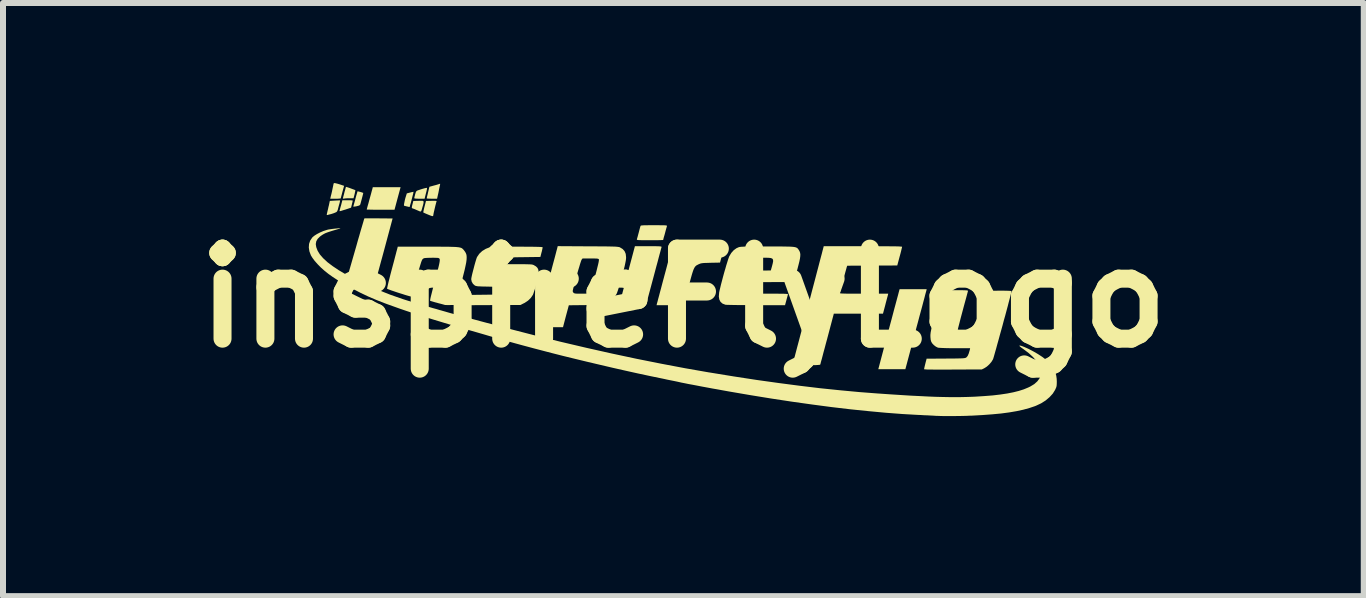
<source format=kicad_pcb>
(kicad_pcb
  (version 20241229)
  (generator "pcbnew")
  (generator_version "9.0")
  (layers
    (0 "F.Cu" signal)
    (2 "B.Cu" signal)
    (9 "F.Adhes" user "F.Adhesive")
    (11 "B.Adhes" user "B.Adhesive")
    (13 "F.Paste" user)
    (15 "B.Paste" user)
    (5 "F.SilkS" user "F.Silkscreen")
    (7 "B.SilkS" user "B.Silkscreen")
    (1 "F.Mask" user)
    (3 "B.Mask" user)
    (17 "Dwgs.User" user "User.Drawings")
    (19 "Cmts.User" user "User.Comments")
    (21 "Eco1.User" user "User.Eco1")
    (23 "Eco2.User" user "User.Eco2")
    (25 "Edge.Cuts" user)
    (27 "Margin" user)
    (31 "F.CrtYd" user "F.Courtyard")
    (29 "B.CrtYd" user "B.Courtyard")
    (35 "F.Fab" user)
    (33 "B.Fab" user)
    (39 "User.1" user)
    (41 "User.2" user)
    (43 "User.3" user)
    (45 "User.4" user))
  (footprint "inspireFlyLogo"
    (layer "F.Cu")
    (at 8.336 1.914)
    (property "Reference" "inspireFlyLogo" (at 0 0 0) (layer "F.SilkS") (effects (font (size 1.5 1.5) (thickness 0.3))))
    (attr board_only exclude_from_pos_files exclude_from_bom)
    (fp_poly (pts (xy -5.56 -1.628) (xy -5.531 -1.626) (xy -5.513 -1.624) (xy -5.509 -1.622) (xy -5.511 -1.611) (xy -5.516 -1.589) (xy -5.523 -1.56) (xy -5.523 -1.56) (xy -5.537 -1.504) (xy -5.627 -1.474) (xy -5.664 -1.463) (xy -5.695 -1.453) (xy -5.717 -1.447) (xy -5.725 -1.445) (xy -5.729 -1.452) (xy -5.725 -1.468) (xy -5.72 -1.487) (xy -5.712 -1.516) (xy -5.702 -1.55) (xy -5.7 -1.559) (xy -5.682 -1.628) (xy -5.595 -1.628)) (stroke (width 0) (type solid)) (fill yes) (layer "F.SilkS"))
    (fp_poly (pts (xy -4.763 -1.657) (xy -4.813 -1.47) (xy -5.044 -1.47) (xy -5.105 -1.47) (xy -5.159 -1.47) (xy -5.205 -1.471) (xy -5.242 -1.472) (xy -5.266 -1.472) (xy -5.276 -1.473) (xy -5.276 -1.474) (xy -5.274 -1.482) (xy -5.268 -1.505) (xy -5.259 -1.538) (xy -5.247 -1.579) (xy -5.235 -1.625) (xy -5.221 -1.675) (xy -5.208 -1.722) (xy -5.197 -1.763) (xy -5.189 -1.793) (xy -5.184 -1.809) (xy -5.175 -1.845) (xy -4.944 -1.845) (xy -4.712 -1.845)) (stroke (width 0) (type solid)) (fill yes) (layer "F.SilkS"))
    (fp_poly (pts (xy -4.271 -1.834) (xy -4.272 -1.825) (xy -4.275 -1.803) (xy -4.282 -1.772) (xy -4.29 -1.742) (xy -4.312 -1.653) (xy -4.398 -1.653) (xy -4.44 -1.654) (xy -4.467 -1.656) (xy -4.481 -1.659) (xy -4.484 -1.663) (xy -4.482 -1.676) (xy -4.476 -1.7) (xy -4.469 -1.728) (xy -4.46 -1.757) (xy -4.452 -1.774) (xy -4.441 -1.785) (xy -4.424 -1.793) (xy -4.417 -1.795) (xy -4.384 -1.806) (xy -4.349 -1.817) (xy -4.317 -1.826) (xy -4.29 -1.832) (xy -4.274 -1.834)) (stroke (width 0) (type solid)) (fill yes) (layer "F.SilkS"))
    (fp_poly (pts (xy -4.053 -1.894) (xy -4.055 -1.886) (xy -4.059 -1.866) (xy -4.065 -1.838) (xy -4.069 -1.82) (xy -4.075 -1.787) (xy -4.083 -1.747) (xy -4.091 -1.713) (xy -4.104 -1.653) (xy -4.19 -1.653) (xy -4.226 -1.654) (xy -4.254 -1.655) (xy -4.272 -1.657) (xy -4.277 -1.659) (xy -4.275 -1.669) (xy -4.27 -1.692) (xy -4.262 -1.724) (xy -4.254 -1.759) (xy -4.232 -1.852) (xy -4.156 -1.873) (xy -4.121 -1.882) (xy -4.091 -1.891) (xy -4.07 -1.898) (xy -4.065 -1.9) (xy -4.054 -1.902)) (stroke (width 0) (type solid)) (fill yes) (layer "F.SilkS"))
    (fp_poly (pts (xy -4.348 -1.619) (xy -4.333 -1.614) (xy -4.328 -1.601) (xy -4.33 -1.58) (xy -4.338 -1.546) (xy -4.347 -1.516) (xy -4.357 -1.479) (xy -4.365 -1.455) (xy -4.372 -1.443) (xy -4.381 -1.44) (xy -4.392 -1.442) (xy -4.393 -1.443) (xy -4.407 -1.449) (xy -4.431 -1.459) (xy -4.447 -1.466) (xy -4.474 -1.478) (xy -4.498 -1.487) (xy -4.507 -1.49) (xy -4.518 -1.494) (xy -4.524 -1.5) (xy -4.525 -1.512) (xy -4.521 -1.533) (xy -4.513 -1.564) (xy -4.5 -1.616) (xy -4.413 -1.618) (xy -4.374 -1.619)) (stroke (width 0) (type solid)) (fill yes) (layer "F.SilkS"))
    (fp_poly (pts (xy -5.799 -1.912) (xy -5.79 -1.91) (xy -5.762 -1.903) (xy -5.728 -1.893) (xy -5.704 -1.885) (xy -5.653 -1.868) (xy -5.681 -1.767) (xy -5.691 -1.728) (xy -5.7 -1.695) (xy -5.706 -1.671) (xy -5.709 -1.66) (xy -5.709 -1.659) (xy -5.716 -1.657) (xy -5.737 -1.655) (xy -5.768 -1.653) (xy -5.796 -1.653) (xy -5.884 -1.653) (xy -5.879 -1.676) (xy -5.873 -1.702) (xy -5.867 -1.724) (xy -5.862 -1.744) (xy -5.855 -1.775) (xy -5.847 -1.814) (xy -5.838 -1.856) (xy -5.83 -1.895) (xy -5.829 -1.9) (xy -5.825 -1.911) (xy -5.817 -1.914)) (stroke (width 0) (type solid)) (fill yes) (layer "F.SilkS"))
    (fp_poly (pts (xy -4.496 -1.767) (xy -4.498 -1.759) (xy -4.502 -1.738) (xy -4.51 -1.708) (xy -4.519 -1.672) (xy -4.529 -1.633) (xy -4.539 -1.594) (xy -4.549 -1.56) (xy -4.556 -1.534) (xy -4.561 -1.518) (xy -4.562 -1.515) (xy -4.57 -1.516) (xy -4.59 -1.521) (xy -4.608 -1.525) (xy -4.633 -1.531) (xy -4.65 -1.536) (xy -4.655 -1.538) (xy -4.656 -1.548) (xy -4.653 -1.571) (xy -4.647 -1.601) (xy -4.64 -1.635) (xy -4.631 -1.669) (xy -4.626 -1.685) (xy -4.608 -1.742) (xy -4.554 -1.756) (xy -4.526 -1.763) (xy -4.505 -1.767) (xy -4.496 -1.768)) (stroke (width 0) (type solid)) (fill yes) (layer "F.SilkS"))
    (fp_poly (pts (xy -5.614 -1.849) (xy -5.594 -1.843) (xy -5.567 -1.834) (xy -5.537 -1.823) (xy -5.508 -1.812) (xy -5.483 -1.803) (xy -5.468 -1.796) (xy -5.465 -1.794) (xy -5.466 -1.785) (xy -5.471 -1.764) (xy -5.477 -1.734) (xy -5.479 -1.726) (xy -5.496 -1.661) (xy -5.559 -1.661) (xy -5.595 -1.661) (xy -5.627 -1.659) (xy -5.649 -1.656) (xy -5.65 -1.656) (xy -5.668 -1.654) (xy -5.674 -1.657) (xy -5.672 -1.666) (xy -5.668 -1.681) (xy -5.661 -1.707) (xy -5.652 -1.741) (xy -5.646 -1.766) (xy -5.636 -1.8) (xy -5.629 -1.828) (xy -5.624 -1.846) (xy -5.622 -1.851)) (stroke (width 0) (type solid)) (fill yes) (layer "F.SilkS"))
    (fp_poly (pts (xy -5.519 -0.068) (xy -5.468 -0.043) (xy -5.415 -0.017) (xy -5.365 0.007) (xy -5.323 0.027) (xy -5.3 0.037) (xy -5.264 0.054) (xy -5.241 0.065) (xy -5.229 0.074) (xy -5.224 0.082) (xy -5.224 0.091) (xy -5.225 0.095) (xy -5.231 0.117) (xy -5.482 0.119) (xy -5.556 0.119) (xy -5.614 0.119) (xy -5.659 0.119) (xy -5.692 0.118) (xy -5.713 0.117) (xy -5.726 0.114) (xy -5.73 0.112) (xy -5.73 0.11) (xy -5.726 0.098) (xy -5.719 0.074) (xy -5.71 0.044) (xy -5.709 0.04) (xy -5.698 -0.001) (xy -5.685 -0.046) (xy -5.675 -0.079) (xy -5.658 -0.137)) (stroke (width 0) (type solid)) (fill yes) (layer "F.SilkS"))
    (fp_poly (pts (xy 4.049 -0.127) (xy 4.046 -0.116) (xy 4.039 -0.091) (xy 4.028 -0.051) (xy 4.015 0.000321) (xy 3.998 0.063) (xy 3.979 0.136) (xy 3.957 0.217) (xy 3.933 0.305) (xy 3.908 0.4) (xy 3.881 0.499) (xy 3.871 0.539) (xy 3.698 1.187) (xy 3.472 1.187) (xy 3.247 1.187) (xy 3.415 0.552) (xy 3.442 0.451) (xy 3.468 0.355) (xy 3.492 0.264) (xy 3.514 0.18) (xy 3.535 0.103) (xy 3.553 0.036) (xy 3.568 -0.02) (xy 3.58 -0.064) (xy 3.588 -0.096) (xy 3.593 -0.113) (xy 3.593 -0.115) (xy 3.602 -0.146) (xy 3.828 -0.146) (xy 4.053 -0.146)) (stroke (width 0) (type solid)) (fill yes) (layer "F.SilkS"))
    (fp_poly (pts (xy -5.72 -1.625) (xy -5.721 -1.617) (xy -5.725 -1.596) (xy -5.732 -1.568) (xy -5.733 -1.565) (xy -5.743 -1.53) (xy -5.752 -1.495) (xy -5.758 -1.471) (xy -5.767 -1.447) (xy -5.78 -1.432) (xy -5.803 -1.421) (xy -5.834 -1.409) (xy -5.869 -1.398) (xy -5.876 -1.396) (xy -5.902 -1.39) (xy -5.923 -1.384) (xy -5.928 -1.382) (xy -5.94 -1.382) (xy -5.942 -1.387) (xy -5.94 -1.401) (xy -5.935 -1.423) (xy -5.934 -1.427) (xy -5.929 -1.449) (xy -5.921 -1.481) (xy -5.913 -1.519) (xy -5.908 -1.537) (xy -5.891 -1.617) (xy -5.806 -1.622) (xy -5.771 -1.624) (xy -5.742 -1.625) (xy -5.724 -1.626)) (stroke (width 0) (type solid)) (fill yes) (layer "F.SilkS"))
    (fp_poly (pts (xy -4.133 -1.618) (xy -4.118 -1.617) (xy -4.112 -1.613) (xy -4.113 -1.607) (xy -4.113 -1.607) (xy -4.118 -1.592) (xy -4.125 -1.565) (xy -4.134 -1.53) (xy -4.143 -1.492) (xy -4.152 -1.453) (xy -4.16 -1.419) (xy -4.165 -1.392) (xy -4.168 -1.376) (xy -4.168 -1.375) (xy -4.17 -1.366) (xy -4.177 -1.363) (xy -4.191 -1.365) (xy -4.215 -1.373) (xy -4.252 -1.388) (xy -4.259 -1.391) (xy -4.29 -1.404) (xy -4.315 -1.415) (xy -4.33 -1.422) (xy -4.333 -1.424) (xy -4.333 -1.433) (xy -4.329 -1.455) (xy -4.322 -1.486) (xy -4.313 -1.522) (xy -4.289 -1.616) (xy -4.198 -1.618) (xy -4.158 -1.619)) (stroke (width 0) (type solid)) (fill yes) (layer "F.SilkS"))
    (fp_poly (pts (xy -5.421 -1.776) (xy -5.403 -1.771) (xy -5.379 -1.765) (xy -5.356 -1.758) (xy -5.34 -1.752) (xy -5.334 -1.75) (xy -5.336 -1.739) (xy -5.341 -1.717) (xy -5.349 -1.686) (xy -5.358 -1.652) (xy -5.367 -1.618) (xy -5.375 -1.588) (xy -5.381 -1.567) (xy -5.383 -1.559) (xy -5.391 -1.547) (xy -5.406 -1.538) (xy -5.433 -1.531) (xy -5.439 -1.529) (xy -5.471 -1.523) (xy -5.49 -1.521) (xy -5.498 -1.522) (xy -5.5 -1.526) (xy -5.498 -1.53) (xy -5.495 -1.542) (xy -5.488 -1.566) (xy -5.478 -1.601) (xy -5.467 -1.641) (xy -5.463 -1.657) (xy -5.452 -1.699) (xy -5.442 -1.734) (xy -5.434 -1.76) (xy -5.43 -1.775) (xy -5.429 -1.776)) (stroke (width 0) (type solid)) (fill yes) (layer "F.SilkS"))
    (fp_poly (pts (xy -0.517 -0.862) (xy -0.465 -0.862) (xy -0.426 -0.861) (xy -0.399 -0.86) (xy -0.38 -0.858) (xy -0.37 -0.856) (xy -0.365 -0.853) (xy -0.364 -0.849) (xy -0.364 -0.847) (xy -0.367 -0.837) (xy -0.374 -0.812) (xy -0.384 -0.773) (xy -0.398 -0.723) (xy -0.414 -0.663) (xy -0.432 -0.594) (xy -0.453 -0.518) (xy -0.475 -0.435) (xy -0.496 -0.356) (xy -0.624 0.121) (xy -0.848 0.121) (xy -0.918 0.121) (xy -0.972 0.12) (xy -1.012 0.119) (xy -1.041 0.118) (xy -1.058 0.116) (xy -1.067 0.113) (xy -1.068 0.11) (xy -1.065 0.101) (xy -1.059 0.076) (xy -1.048 0.039) (xy -1.035 -0.011) (xy -1.019 -0.071) (xy -1.001 -0.139) (xy -0.98 -0.215) (xy -0.958 -0.298) (xy -0.936 -0.381) (xy -0.808 -0.862) (xy -0.584 -0.862)) (stroke (width 0) (type solid)) (fill yes) (layer "F.SilkS"))
    (fp_poly (pts (xy -5.147 -1.327) (xy -5.087 -1.326) (xy -5.078 -1.326) (xy -4.845 -1.324) (xy -4.99 -0.783) (xy -5.015 -0.691) (xy -5.039 -0.604) (xy -5.061 -0.523) (xy -5.081 -0.449) (xy -5.099 -0.384) (xy -5.114 -0.329) (xy -5.126 -0.286) (xy -5.135 -0.255) (xy -5.14 -0.239) (xy -5.141 -0.236) (xy -5.15 -0.238) (xy -5.172 -0.245) (xy -5.203 -0.258) (xy -5.242 -0.274) (xy -5.28 -0.291) (xy -5.331 -0.314) (xy -5.384 -0.339) (xy -5.434 -0.363) (xy -5.476 -0.383) (xy -5.493 -0.392) (xy -5.574 -0.433) (xy -5.446 -0.877) (xy -5.423 -0.96) (xy -5.4 -1.038) (xy -5.38 -1.109) (xy -5.361 -1.173) (xy -5.345 -1.227) (xy -5.332 -1.271) (xy -5.323 -1.303) (xy -5.317 -1.321) (xy -5.316 -1.325) (xy -5.306 -1.326) (xy -5.283 -1.326) (xy -5.247 -1.327) (xy -5.201 -1.327)) (stroke (width 0) (type solid)) (fill yes) (layer "F.SilkS"))
    (fp_poly (pts (xy -0.424 -1.212) (xy -0.373 -1.211) (xy -0.334 -1.211) (xy -0.307 -1.21) (xy -0.289 -1.208) (xy -0.279 -1.206) (xy -0.274 -1.203) (xy -0.274 -1.199) (xy -0.275 -1.195) (xy -0.279 -1.18) (xy -0.287 -1.153) (xy -0.296 -1.12) (xy -0.306 -1.082) (xy -0.316 -1.045) (xy -0.326 -1.012) (xy -0.333 -0.985) (xy -0.337 -0.969) (xy -0.337 -0.966) (xy -0.345 -0.965) (xy -0.368 -0.964) (xy -0.402 -0.963) (xy -0.447 -0.962) (xy -0.5 -0.962) (xy -0.559 -0.962) (xy -0.625 -0.962) (xy -0.677 -0.962) (xy -0.715 -0.963) (xy -0.742 -0.964) (xy -0.76 -0.965) (xy -0.771 -0.968) (xy -0.775 -0.971) (xy -0.776 -0.975) (xy -0.775 -0.976) (xy -0.772 -0.99) (xy -0.764 -1.016) (xy -0.755 -1.05) (xy -0.745 -1.087) (xy -0.735 -1.126) (xy -0.726 -1.16) (xy -0.719 -1.185) (xy -0.715 -1.197) (xy -0.713 -1.202) (xy -0.707 -1.205) (xy -0.697 -1.208) (xy -0.679 -1.209) (xy -0.653 -1.211) (xy -0.616 -1.211) (xy -0.566 -1.212) (xy -0.502 -1.212) (xy -0.49 -1.212)) (stroke (width 0) (type solid)) (fill yes) (layer "F.SilkS"))
    (fp_poly (pts (xy 0.259 -0.832) (xy 0.253 -0.808) (xy 0.248 -0.79) (xy 0.248 -0.788) (xy 0.248 -0.783) (xy 0.26 -0.788) (xy 0.273 -0.798) (xy 0.299 -0.816) (xy 0.322 -0.83) (xy 0.346 -0.84) (xy 0.374 -0.847) (xy 0.409 -0.851) (xy 0.454 -0.853) (xy 0.511 -0.853) (xy 0.527 -0.853) (xy 0.575 -0.853) (xy 0.617 -0.853) (xy 0.65 -0.852) (xy 0.671 -0.85) (xy 0.679 -0.849) (xy 0.677 -0.84) (xy 0.671 -0.817) (xy 0.662 -0.784) (xy 0.652 -0.744) (xy 0.644 -0.716) (xy 0.61 -0.589) (xy 0.455 -0.586) (xy 0.4 -0.584) (xy 0.358 -0.583) (xy 0.328 -0.581) (xy 0.305 -0.578) (xy 0.286 -0.574) (xy 0.27 -0.568) (xy 0.253 -0.561) (xy 0.234 -0.551) (xy 0.217 -0.542) (xy 0.203 -0.53) (xy 0.191 -0.516) (xy 0.179 -0.495) (xy 0.167 -0.469) (xy 0.155 -0.434) (xy 0.141 -0.389) (xy 0.125 -0.332) (xy 0.106 -0.262) (xy 0.088 -0.196) (xy 0.07 -0.129) (xy 0.054 -0.067) (xy 0.039 -0.011) (xy 0.026 0.036) (xy 0.016 0.073) (xy 0.01 0.097) (xy 0.007 0.106) (xy 0.005 0.111) (xy -0.001 0.114) (xy -0.011 0.116) (xy -0.028 0.118) (xy -0.054 0.12) (xy -0.091 0.12) (xy -0.14 0.121) (xy -0.204 0.121) (xy -0.222 0.121) (xy -0.447 0.121) (xy -0.442 0.098) (xy -0.439 0.086) (xy -0.431 0.059) (xy -0.421 0.019) (xy -0.407 -0.032) (xy -0.391 -0.093) (xy -0.372 -0.163) (xy -0.352 -0.24) (xy -0.33 -0.322) (xy -0.312 -0.389) (xy -0.289 -0.474) (xy -0.268 -0.554) (xy -0.248 -0.628) (xy -0.23 -0.694) (xy -0.215 -0.751) (xy -0.203 -0.797) (xy -0.194 -0.831) (xy -0.189 -0.852) (xy -0.187 -0.858) (xy -0.179 -0.859) (xy -0.157 -0.86) (xy -0.122 -0.861) (xy -0.077 -0.861) (xy -0.024 -0.862) (xy 0.035 -0.862) (xy 0.038 -0.862) (xy 0.264 -0.862)) (stroke (width 0) (type solid)) (fill yes) (layer "F.SilkS"))
    (fp_poly (pts (xy 3.115 -0.862) (xy 3.223 -0.862) (xy 3.317 -0.861) (xy 3.397 -0.861) (xy 3.463 -0.86) (xy 3.518 -0.86) (xy 3.561 -0.859) (xy 3.595 -0.858) (xy 3.618 -0.856) (xy 3.634 -0.855) (xy 3.642 -0.853) (xy 3.643 -0.852) (xy 3.641 -0.84) (xy 3.635 -0.816) (xy 3.627 -0.781) (xy 3.616 -0.738) (xy 3.603 -0.691) (xy 3.563 -0.541) (xy 3.146 -0.539) (xy 2.729 -0.537) (xy 2.72 -0.51) (xy 2.716 -0.494) (xy 2.708 -0.465) (xy 2.697 -0.426) (xy 2.684 -0.377) (xy 2.669 -0.324) (xy 2.661 -0.291) (xy 2.646 -0.237) (xy 2.633 -0.187) (xy 2.621 -0.145) (xy 2.613 -0.112) (xy 2.607 -0.091) (xy 2.605 -0.085) (xy 2.605 -0.082) (xy 2.608 -0.079) (xy 2.614 -0.077) (xy 2.626 -0.075) (xy 2.644 -0.074) (xy 2.671 -0.073) (xy 2.706 -0.072) (xy 2.753 -0.071) (xy 2.811 -0.071) (xy 2.883 -0.071) (xy 2.97 -0.071) (xy 3.007 -0.071) (xy 3.412 -0.071) (xy 3.407 -0.048) (xy 3.403 -0.033) (xy 3.395 -0.004) (xy 3.385 0.034) (xy 3.373 0.079) (xy 3.363 0.119) (xy 3.325 0.262) (xy 2.915 0.262) (xy 2.506 0.262) (xy 2.395 0.681) (xy 2.373 0.762) (xy 2.353 0.838) (xy 2.334 0.907) (xy 2.318 0.969) (xy 2.304 1.022) (xy 2.292 1.064) (xy 2.285 1.093) (xy 2.28 1.108) (xy 2.28 1.11) (xy 2.275 1.113) (xy 2.261 1.115) (xy 2.237 1.117) (xy 2.203 1.119) (xy 2.155 1.12) (xy 2.093 1.12) (xy 2.047 1.12) (xy 1.818 1.12) (xy 1.823 1.097) (xy 1.826 1.086) (xy 1.833 1.06) (xy 1.843 1.02) (xy 1.857 0.967) (xy 1.874 0.902) (xy 1.894 0.826) (xy 1.917 0.74) (xy 1.942 0.645) (xy 1.969 0.543) (xy 1.998 0.433) (xy 2.028 0.318) (xy 2.06 0.197) (xy 2.078 0.129) (xy 2.11 0.007) (xy 2.141 -0.112) (xy 2.171 -0.225) (xy 2.199 -0.331) (xy 2.225 -0.431) (xy 2.249 -0.522) (xy 2.27 -0.603) (xy 2.289 -0.675) (xy 2.305 -0.734) (xy 2.317 -0.782) (xy 2.326 -0.816) (xy 2.331 -0.835) (xy 2.332 -0.839) (xy 2.338 -0.862) (xy 2.991 -0.862)) (stroke (width 0) (type solid)) (fill yes) (layer "F.SilkS"))
    (fp_poly (pts (xy -4.053 -0.854) (xy -3.974 -0.853) (xy -3.907 -0.853) (xy -3.851 -0.851) (xy -3.806 -0.85) (xy -3.77 -0.847) (xy -3.742 -0.844) (xy -3.719 -0.839) (xy -3.702 -0.834) (xy -3.689 -0.827) (xy -3.678 -0.818) (xy -3.668 -0.808) (xy -3.658 -0.797) (xy -3.653 -0.79) (xy -3.638 -0.77) (xy -3.626 -0.749) (xy -3.617 -0.727) (xy -3.612 -0.701) (xy -3.611 -0.67) (xy -3.613 -0.633) (xy -3.619 -0.589) (xy -3.63 -0.535) (xy -3.644 -0.471) (xy -3.663 -0.395) (xy -3.686 -0.305) (xy -3.708 -0.221) (xy -3.799 0.117) (xy -3.882 0.118) (xy -3.917 0.119) (xy -3.947 0.118) (xy -3.967 0.118) (xy -3.972 0.117) (xy -3.983 0.114) (xy -4.007 0.107) (xy -4.04 0.098) (xy -4.081 0.088) (xy -4.097 0.083) (xy -4.139 0.072) (xy -4.176 0.061) (xy -4.203 0.053) (xy -4.219 0.047) (xy -4.221 0.046) (xy -4.22 0.037) (xy -4.216 0.013) (xy -4.208 -0.023) (xy -4.196 -0.07) (xy -4.182 -0.126) (xy -4.166 -0.19) (xy -4.148 -0.259) (xy -4.139 -0.292) (xy -4.116 -0.378) (xy -4.097 -0.449) (xy -4.082 -0.507) (xy -4.071 -0.553) (xy -4.064 -0.589) (xy -4.06 -0.616) (xy -4.059 -0.635) (xy -4.061 -0.648) (xy -4.066 -0.657) (xy -4.074 -0.662) (xy -4.084 -0.666) (xy -4.088 -0.667) (xy -4.104 -0.668) (xy -4.132 -0.669) (xy -4.17 -0.67) (xy -4.212 -0.669) (xy -4.217 -0.669) (xy -4.262 -0.668) (xy -4.293 -0.666) (xy -4.314 -0.664) (xy -4.328 -0.659) (xy -4.338 -0.653) (xy -4.346 -0.645) (xy -4.352 -0.637) (xy -4.359 -0.622) (xy -4.368 -0.599) (xy -4.378 -0.567) (xy -4.391 -0.525) (xy -4.407 -0.471) (xy -4.425 -0.404) (xy -4.446 -0.325) (xy -4.465 -0.258) (xy -4.481 -0.195) (xy -4.497 -0.139) (xy -4.51 -0.093) (xy -4.52 -0.056) (xy -4.527 -0.033) (xy -4.53 -0.023) (xy -4.53 -0.023) (xy -4.539 -0.024) (xy -4.561 -0.029) (xy -4.594 -0.038) (xy -4.635 -0.05) (xy -4.681 -0.065) (xy -4.73 -0.08) (xy -4.779 -0.096) (xy -4.826 -0.112) (xy -4.868 -0.126) (xy -4.902 -0.139) (xy -4.926 -0.148) (xy -4.937 -0.154) (xy -4.936 -0.163) (xy -4.931 -0.186) (xy -4.923 -0.222) (xy -4.912 -0.269) (xy -4.898 -0.324) (xy -4.882 -0.388) (xy -4.864 -0.456) (xy -4.859 -0.475) (xy -4.84 -0.546) (xy -4.822 -0.613) (xy -4.806 -0.675) (xy -4.792 -0.728) (xy -4.781 -0.771) (xy -4.772 -0.803) (xy -4.767 -0.821) (xy -4.767 -0.822) (xy -4.759 -0.854) (xy -4.256 -0.854) (xy -4.147 -0.854)) (stroke (width 0) (type solid)) (fill yes) (layer "F.SilkS"))
    (fp_poly (pts (xy 1.587 -0.858) (xy 1.66 -0.857) (xy 1.72 -0.856) (xy 1.769 -0.855) (xy 1.808 -0.853) (xy 1.838 -0.85) (xy 1.862 -0.846) (xy 1.879 -0.84) (xy 1.893 -0.834) (xy 1.903 -0.825) (xy 1.911 -0.815) (xy 1.92 -0.803) (xy 1.925 -0.795) (xy 1.936 -0.775) (xy 1.944 -0.753) (xy 1.948 -0.727) (xy 1.947 -0.696) (xy 1.942 -0.657) (xy 1.932 -0.608) (xy 1.917 -0.548) (xy 1.898 -0.475) (xy 1.893 -0.458) (xy 1.84 -0.266) (xy 1.461 -0.264) (xy 1.082 -0.262) (xy 1.068 -0.206) (xy 1.059 -0.169) (xy 1.055 -0.143) (xy 1.056 -0.125) (xy 1.064 -0.11) (xy 1.078 -0.095) (xy 1.078 -0.095) (xy 1.102 -0.071) (xy 1.424 -0.071) (xy 1.506 -0.071) (xy 1.572 -0.071) (xy 1.625 -0.07) (xy 1.666 -0.07) (xy 1.696 -0.069) (xy 1.718 -0.067) (xy 1.731 -0.066) (xy 1.739 -0.063) (xy 1.742 -0.06) (xy 1.742 -0.057) (xy 1.741 -0.056) (xy 1.737 -0.042) (xy 1.73 -0.016) (xy 1.721 0.017) (xy 1.715 0.04) (xy 1.693 0.121) (xy 1.209 0.12) (xy 1.12 0.12) (xy 1.035 0.119) (xy 0.956 0.119) (xy 0.885 0.118) (xy 0.824 0.117) (xy 0.773 0.116) (xy 0.734 0.115) (xy 0.709 0.114) (xy 0.7 0.113) (xy 0.653 0.095) (xy 0.619 0.066) (xy 0.598 0.026) (xy 0.59 -0.024) (xy 0.595 -0.084) (xy 0.595 -0.088) (xy 0.602 -0.123) (xy 0.613 -0.168) (xy 0.626 -0.223) (xy 0.642 -0.283) (xy 0.659 -0.348) (xy 0.677 -0.414) (xy 0.691 -0.463) (xy 1.139 -0.463) (xy 1.143 -0.459) (xy 1.152 -0.457) (xy 1.169 -0.456) (xy 1.196 -0.455) (xy 1.235 -0.455) (xy 1.289 -0.456) (xy 1.296 -0.456) (xy 1.456 -0.458) (xy 1.475 -0.525) (xy 1.488 -0.575) (xy 1.495 -0.612) (xy 1.493 -0.638) (xy 1.481 -0.655) (xy 1.457 -0.665) (xy 1.421 -0.669) (xy 1.37 -0.67) (xy 1.357 -0.67) (xy 1.301 -0.67) (xy 1.259 -0.667) (xy 1.228 -0.66) (xy 1.206 -0.648) (xy 1.19 -0.629) (xy 1.178 -0.601) (xy 1.166 -0.562) (xy 1.162 -0.549) (xy 1.153 -0.517) (xy 1.146 -0.489) (xy 1.141 -0.471) (xy 1.14 -0.468) (xy 1.139 -0.463) (xy 0.691 -0.463) (xy 0.696 -0.478) (xy 0.713 -0.539) (xy 0.73 -0.593) (xy 0.744 -0.639) (xy 0.756 -0.673) (xy 0.764 -0.694) (xy 0.797 -0.749) (xy 0.838 -0.795) (xy 0.883 -0.828) (xy 0.914 -0.842) (xy 0.924 -0.846) (xy 0.936 -0.849) (xy 0.951 -0.851) (xy 0.97 -0.853) (xy 0.995 -0.854) (xy 1.026 -0.856) (xy 1.067 -0.856) (xy 1.117 -0.857) (xy 1.179 -0.857) (xy 1.254 -0.858) (xy 1.343 -0.858) (xy 1.399 -0.858) (xy 1.501 -0.858)) (stroke (width 0) (type solid)) (fill yes) (layer "F.SilkS"))
    (fp_poly (pts (xy -2.669 -0.854) (xy -2.586 -0.853) (xy -2.517 -0.853) (xy -2.462 -0.852) (xy -2.419 -0.851) (xy -2.386 -0.85) (xy -2.364 -0.848) (xy -2.351 -0.846) (xy -2.345 -0.844) (xy -2.345 -0.843) (xy -2.347 -0.831) (xy -2.352 -0.807) (xy -2.359 -0.775) (xy -2.364 -0.758) (xy -2.383 -0.683) (xy -2.696 -0.679) (xy -2.78 -0.678) (xy -2.849 -0.676) (xy -2.905 -0.675) (xy -2.948 -0.673) (xy -2.981 -0.67) (xy -3.005 -0.666) (xy -3.022 -0.661) (xy -3.033 -0.654) (xy -3.04 -0.645) (xy -3.044 -0.634) (xy -3.047 -0.62) (xy -3.048 -0.614) (xy -3.05 -0.6) (xy -3.05 -0.589) (xy -3.046 -0.58) (xy -3.037 -0.574) (xy -3.02 -0.569) (xy -2.995 -0.566) (xy -2.96 -0.564) (xy -2.913 -0.563) (xy -2.852 -0.562) (xy -2.777 -0.562) (xy -2.773 -0.562) (xy -2.702 -0.562) (xy -2.645 -0.562) (xy -2.601 -0.561) (xy -2.568 -0.56) (xy -2.543 -0.559) (xy -2.524 -0.557) (xy -2.511 -0.554) (xy -2.499 -0.55) (xy -2.488 -0.545) (xy -2.486 -0.543) (xy -2.457 -0.526) (xy -2.436 -0.506) (xy -2.421 -0.482) (xy -2.414 -0.452) (xy -2.414 -0.414) (xy -2.42 -0.366) (xy -2.433 -0.305) (xy -2.449 -0.242) (xy -2.462 -0.191) (xy -2.476 -0.143) (xy -2.49 -0.101) (xy -2.501 -0.068) (xy -2.508 -0.051) (xy -2.542 -0.001) (xy -2.589 0.045) (xy -2.646 0.083) (xy -2.659 0.089) (xy -2.715 0.117) (xy -3.182 0.119) (xy -3.65 0.121) (xy -3.628 0.036) (xy -3.606 -0.05) (xy -3.277 -0.054) (xy -3.204 -0.055) (xy -3.136 -0.057) (xy -3.075 -0.058) (xy -3.023 -0.06) (xy -2.981 -0.061) (xy -2.951 -0.063) (xy -2.936 -0.065) (xy -2.934 -0.065) (xy -2.92 -0.08) (xy -2.908 -0.104) (xy -2.9 -0.132) (xy -2.898 -0.157) (xy -2.902 -0.171) (xy -2.906 -0.174) (xy -2.916 -0.177) (xy -2.932 -0.18) (xy -2.956 -0.182) (xy -2.99 -0.183) (xy -3.036 -0.185) (xy -3.095 -0.186) (xy -3.169 -0.187) (xy -3.179 -0.187) (xy -3.253 -0.189) (xy -3.313 -0.19) (xy -3.36 -0.191) (xy -3.396 -0.193) (xy -3.423 -0.194) (xy -3.442 -0.197) (xy -3.456 -0.2) (xy -3.466 -0.203) (xy -3.475 -0.208) (xy -3.476 -0.208) (xy -3.506 -0.235) (xy -3.527 -0.271) (xy -3.535 -0.311) (xy -3.535 -0.312) (xy -3.533 -0.33) (xy -3.527 -0.361) (xy -3.518 -0.401) (xy -3.506 -0.448) (xy -3.493 -0.498) (xy -3.48 -0.548) (xy -3.467 -0.594) (xy -3.455 -0.634) (xy -3.445 -0.665) (xy -3.438 -0.682) (xy -3.401 -0.736) (xy -3.352 -0.782) (xy -3.293 -0.818) (xy -3.245 -0.837) (xy -3.232 -0.841) (xy -3.219 -0.844) (xy -3.204 -0.847) (xy -3.185 -0.849) (xy -3.161 -0.85) (xy -3.13 -0.851) (xy -3.091 -0.852) (xy -3.042 -0.853) (xy -2.982 -0.853) (xy -2.909 -0.854) (xy -2.822 -0.854) (xy -2.768 -0.854)) (stroke (width 0) (type solid)) (fill yes) (layer "F.SilkS"))
    (fp_poly (pts (xy -1.592 -0.86) (xy -1.488 -0.86) (xy -1.399 -0.859) (xy -1.323 -0.859) (xy -1.261 -0.858) (xy -1.21 -0.857) (xy -1.169 -0.856) (xy -1.136 -0.855) (xy -1.111 -0.853) (xy -1.093 -0.851) (xy -1.079 -0.849) (xy -1.068 -0.847) (xy -1.06 -0.844) (xy -1.058 -0.843) (xy -1.012 -0.815) (xy -0.98 -0.779) (xy -0.961 -0.734) (xy -0.955 -0.678) (xy -0.956 -0.652) (xy -0.96 -0.622) (xy -0.968 -0.581) (xy -0.979 -0.529) (xy -0.994 -0.47) (xy -1.01 -0.407) (xy -1.027 -0.342) (xy -1.045 -0.277) (xy -1.063 -0.217) (xy -1.08 -0.162) (xy -1.095 -0.116) (xy -1.107 -0.082) (xy -1.114 -0.067) (xy -1.147 -0.016) (xy -1.189 0.031) (xy -1.235 0.069) (xy -1.281 0.096) (xy -1.284 0.097) (xy -1.297 0.102) (xy -1.31 0.106) (xy -1.325 0.11) (xy -1.343 0.112) (xy -1.367 0.114) (xy -1.397 0.116) (xy -1.437 0.117) (xy -1.489 0.118) (xy -1.553 0.118) (xy -1.621 0.119) (xy -1.909 0.122) (xy -1.958 0.304) (xy -2.006 0.487) (xy -2.23 0.487) (xy -2.297 0.487) (xy -2.349 0.487) (xy -2.388 0.486) (xy -2.415 0.485) (xy -2.434 0.484) (xy -2.444 0.481) (xy -2.449 0.478) (xy -2.45 0.474) (xy -2.449 0.473) (xy -2.447 0.463) (xy -2.44 0.439) (xy -2.43 0.402) (xy -2.417 0.353) (xy -2.401 0.294) (xy -2.383 0.226) (xy -2.363 0.151) (xy -2.342 0.07) (xy -2.319 -0.015) (xy -2.295 -0.103) (xy -2.293 -0.113) (xy -1.845 -0.113) (xy -1.839 -0.098) (xy -1.831 -0.086) (xy -1.823 -0.08) (xy -1.812 -0.076) (xy -1.795 -0.073) (xy -1.768 -0.071) (xy -1.729 -0.071) (xy -1.702 -0.071) (xy -1.656 -0.071) (xy -1.624 -0.072) (xy -1.602 -0.073) (xy -1.587 -0.077) (xy -1.576 -0.082) (xy -1.566 -0.09) (xy -1.562 -0.094) (xy -1.554 -0.101) (xy -1.548 -0.111) (xy -1.541 -0.125) (xy -1.533 -0.144) (xy -1.524 -0.172) (xy -1.513 -0.208) (xy -1.5 -0.256) (xy -1.483 -0.316) (xy -1.468 -0.373) (xy -1.448 -0.449) (xy -1.433 -0.51) (xy -1.421 -0.558) (xy -1.413 -0.594) (xy -1.409 -0.619) (xy -1.407 -0.635) (xy -1.409 -0.644) (xy -1.409 -0.644) (xy -1.414 -0.649) (xy -1.424 -0.653) (xy -1.44 -0.656) (xy -1.466 -0.657) (xy -1.504 -0.658) (xy -1.549 -0.658) (xy -1.68 -0.658) (xy -1.697 -0.636) (xy -1.702 -0.624) (xy -1.711 -0.598) (xy -1.723 -0.561) (xy -1.736 -0.516) (xy -1.752 -0.464) (xy -1.768 -0.408) (xy -1.784 -0.35) (xy -1.8 -0.294) (xy -1.814 -0.241) (xy -1.826 -0.194) (xy -1.836 -0.156) (xy -1.842 -0.128) (xy -1.845 -0.113) (xy -2.293 -0.113) (xy -2.272 -0.193) (xy -2.248 -0.282) (xy -2.224 -0.369) (xy -2.202 -0.454) (xy -2.181 -0.534) (xy -2.161 -0.608) (xy -2.143 -0.675) (xy -2.128 -0.732) (xy -2.116 -0.779) (xy -2.106 -0.815) (xy -2.102 -0.831) (xy -2.094 -0.863)) (stroke (width 0) (type solid)) (fill yes) (layer "F.SilkS"))
    (fp_poly (pts (xy 4.59 -0.129) (xy 4.641 -0.129) (xy 4.68 -0.128) (xy 4.707 -0.127) (xy 4.725 -0.126) (xy 4.736 -0.123) (xy 4.74 -0.12) (xy 4.741 -0.116) (xy 4.741 -0.115) (xy 4.738 -0.104) (xy 4.731 -0.078) (xy 4.721 -0.04) (xy 4.708 0.008) (xy 4.692 0.066) (xy 4.674 0.132) (xy 4.655 0.203) (xy 4.642 0.252) (xy 4.619 0.338) (xy 4.601 0.409) (xy 4.586 0.467) (xy 4.574 0.514) (xy 4.565 0.55) (xy 4.56 0.577) (xy 4.557 0.597) (xy 4.556 0.611) (xy 4.556 0.62) (xy 4.558 0.624) (xy 4.567 0.645) (xy 4.688 0.645) (xy 4.735 0.645) (xy 4.768 0.645) (xy 4.791 0.643) (xy 4.805 0.64) (xy 4.814 0.636) (xy 4.821 0.629) (xy 4.824 0.626) (xy 4.83 0.613) (xy 4.839 0.585) (xy 4.852 0.544) (xy 4.868 0.49) (xy 4.887 0.425) (xy 4.907 0.35) (xy 4.93 0.267) (xy 4.934 0.253) (xy 4.954 0.179) (xy 4.972 0.11) (xy 4.989 0.047) (xy 5.004 -0.008) (xy 5.016 -0.052) (xy 5.025 -0.086) (xy 5.031 -0.105) (xy 5.032 -0.11) (xy 5.041 -0.113) (xy 5.064 -0.116) (xy 5.098 -0.118) (xy 5.14 -0.119) (xy 5.188 -0.12) (xy 5.24 -0.121) (xy 5.291 -0.121) (xy 5.341 -0.121) (xy 5.386 -0.12) (xy 5.424 -0.119) (xy 5.451 -0.117) (xy 5.466 -0.114) (xy 5.467 -0.113) (xy 5.465 -0.102) (xy 5.459 -0.076) (xy 5.449 -0.038) (xy 5.436 0.012) (xy 5.42 0.072) (xy 5.403 0.139) (xy 5.383 0.213) (xy 5.362 0.292) (xy 5.339 0.373) (xy 5.317 0.457) (xy 5.294 0.54) (xy 5.271 0.622) (xy 5.25 0.7) (xy 5.229 0.774) (xy 5.211 0.841) (xy 5.194 0.9) (xy 5.18 0.95) (xy 5.169 0.988) (xy 5.161 1.014) (xy 5.157 1.024) (xy 5.132 1.065) (xy 5.096 1.107) (xy 5.055 1.144) (xy 5.014 1.17) (xy 5.013 1.171) (xy 4.972 1.191) (xy 4.491 1.193) (xy 4.382 1.194) (xy 4.289 1.194) (xy 4.211 1.194) (xy 4.147 1.193) (xy 4.097 1.193) (xy 4.059 1.192) (xy 4.032 1.19) (xy 4.016 1.189) (xy 4.01 1.187) (xy 4.01 1.186) (xy 4.012 1.174) (xy 4.017 1.15) (xy 4.026 1.113) (xy 4.039 1.061) (xy 4.044 1.043) (xy 4.052 1.012) (xy 4.372 1.01) (xy 4.453 1.009) (xy 4.52 1.009) (xy 4.573 1.008) (xy 4.615 1.007) (xy 4.646 1.006) (xy 4.669 1.004) (xy 4.686 1.002) (xy 4.698 0.999) (xy 4.706 0.996) (xy 4.713 0.992) (xy 4.715 0.99) (xy 4.735 0.967) (xy 4.753 0.928) (xy 4.769 0.874) (xy 4.772 0.863) (xy 4.777 0.837) (xy 4.525 0.837) (xy 4.45 0.837) (xy 4.384 0.836) (xy 4.328 0.834) (xy 4.284 0.832) (xy 4.254 0.83) (xy 4.24 0.828) (xy 4.207 0.812) (xy 4.173 0.786) (xy 4.144 0.755) (xy 4.129 0.729) (xy 4.12 0.699) (xy 4.116 0.657) (xy 4.115 0.633) (xy 4.115 0.615) (xy 4.117 0.597) (xy 4.119 0.576) (xy 4.124 0.551) (xy 4.13 0.52) (xy 4.139 0.482) (xy 4.151 0.434) (xy 4.167 0.376) (xy 4.186 0.305) (xy 4.208 0.222) (xy 4.228 0.149) (xy 4.246 0.082) (xy 4.262 0.021) (xy 4.277 -0.032) (xy 4.288 -0.074) (xy 4.296 -0.105) (xy 4.301 -0.122) (xy 4.301 -0.126) (xy 4.309 -0.126) (xy 4.332 -0.127) (xy 4.367 -0.128) (xy 4.412 -0.129) (xy 4.465 -0.129) (xy 4.523 -0.129)) (stroke (width 0) (type solid)) (fill yes) (layer "F.SilkS"))
    (fp_poly (pts (xy -5.716 -1.16) (xy -5.716 -1.158) (xy -5.721 -1.156) (xy -5.794 -1.135) (xy -5.852 -1.118) (xy -5.899 -1.103) (xy -5.937 -1.09) (xy -5.967 -1.078) (xy -5.992 -1.065) (xy -6.014 -1.052) (xy -6.036 -1.037) (xy -6.056 -1.022) (xy -6.094 -0.984) (xy -6.117 -0.943) (xy -6.125 -0.897) (xy -6.117 -0.846) (xy -6.095 -0.788) (xy -6.093 -0.784) (xy -6.056 -0.724) (xy -6.002 -0.662) (xy -5.932 -0.597) (xy -5.845 -0.531) (xy -5.742 -0.462) (xy -5.622 -0.391) (xy -5.486 -0.318) (xy -5.47 -0.31) (xy -5.28 -0.219) (xy -5.086 -0.134) (xy -4.884 -0.054) (xy -4.672 0.02) (xy -4.447 0.091) (xy -4.272 0.141) (xy -4.226 0.154) (xy -4.171 0.17) (xy -4.112 0.186) (xy -4.056 0.203) (xy -4.043 0.206) (xy -4.009 0.216) (xy -3.977 0.225) (xy -3.946 0.234) (xy -3.915 0.243) (xy -3.884 0.252) (xy -3.85 0.261) (xy -3.813 0.272) (xy -3.771 0.283) (xy -3.725 0.295) (xy -3.672 0.31) (xy -3.611 0.326) (xy -3.542 0.344) (xy -3.463 0.365) (xy -3.374 0.389) (xy -3.273 0.416) (xy -3.158 0.446) (xy -3.03 0.48) (xy -2.894 0.516) (xy -2.471 0.625) (xy -2.046 0.73) (xy -1.62 0.83) (xy -1.197 0.925) (xy -0.779 1.014) (xy -0.368 1.096) (xy 0.034 1.172) (xy 0.423 1.24) (xy 0.45 1.244) (xy 0.842 1.308) (xy 1.22 1.366) (xy 1.585 1.417) (xy 1.937 1.463) (xy 2.278 1.504) (xy 2.608 1.538) (xy 2.929 1.568) (xy 3.241 1.592) (xy 3.273 1.594) (xy 3.461 1.607) (xy 3.634 1.618) (xy 3.793 1.628) (xy 3.939 1.635) (xy 4.074 1.642) (xy 4.198 1.647) (xy 4.314 1.65) (xy 4.422 1.652) (xy 4.524 1.653) (xy 4.621 1.652) (xy 4.714 1.65) (xy 4.805 1.647) (xy 4.855 1.645) (xy 5.012 1.635) (xy 5.153 1.624) (xy 5.28 1.609) (xy 5.394 1.592) (xy 5.496 1.572) (xy 5.588 1.549) (xy 5.67 1.523) (xy 5.745 1.492) (xy 5.78 1.475) (xy 5.846 1.435) (xy 5.897 1.389) (xy 5.933 1.34) (xy 5.953 1.287) (xy 5.957 1.23) (xy 5.946 1.171) (xy 5.92 1.11) (xy 5.879 1.047) (xy 5.823 0.983) (xy 5.752 0.918) (xy 5.666 0.853) (xy 5.652 0.844) (xy 5.621 0.821) (xy 5.603 0.805) (xy 5.597 0.796) (xy 5.603 0.793) (xy 5.618 0.795) (xy 5.641 0.802) (xy 5.672 0.814) (xy 5.709 0.83) (xy 5.751 0.849) (xy 5.795 0.872) (xy 5.842 0.897) (xy 5.89 0.925) (xy 5.91 0.937) (xy 5.976 0.98) (xy 6.029 1.02) (xy 6.072 1.06) (xy 6.11 1.102) (xy 6.141 1.145) (xy 6.175 1.2) (xy 6.198 1.248) (xy 6.212 1.295) (xy 6.219 1.347) (xy 6.221 1.395) (xy 6.22 1.434) (xy 6.218 1.462) (xy 6.213 1.485) (xy 6.203 1.509) (xy 6.192 1.533) (xy 6.154 1.594) (xy 6.1 1.653) (xy 6.035 1.708) (xy 5.959 1.756) (xy 5.874 1.796) (xy 5.856 1.803) (xy 5.764 1.834) (xy 5.662 1.862) (xy 5.551 1.886) (xy 5.428 1.907) (xy 5.293 1.925) (xy 5.144 1.939) (xy 4.982 1.951) (xy 4.804 1.961) (xy 4.784 1.961) (xy 4.72 1.964) (xy 4.648 1.966) (xy 4.573 1.967) (xy 4.497 1.968) (xy 4.423 1.968) (xy 4.353 1.968) (xy 4.292 1.967) (xy 4.241 1.965) (xy 4.206 1.964) (xy 4.191 1.963) (xy 4.163 1.961) (xy 4.122 1.959) (xy 4.071 1.956) (xy 4.012 1.954) (xy 3.948 1.95) (xy 3.914 1.949) (xy 3.652 1.934) (xy 3.375 1.913) (xy 3.084 1.886) (xy 2.781 1.855) (xy 2.467 1.818) (xy 2.142 1.775) (xy 1.807 1.728) (xy 1.465 1.676) (xy 1.114 1.619) (xy 0.758 1.558) (xy 0.669 1.542) (xy 0.577 1.525) (xy 0.485 1.509) (xy 0.394 1.492) (xy 0.307 1.476) (xy 0.225 1.46) (xy 0.151 1.446) (xy 0.085 1.434) (xy 0.032 1.423) (xy -0.009 1.415) (xy -0.025 1.412) (xy -0.052 1.406) (xy -0.092 1.397) (xy -0.144 1.386) (xy -0.204 1.374) (xy -0.269 1.361) (xy -0.337 1.346) (xy -0.366 1.34) (xy -0.556 1.301) (xy -0.757 1.258) (xy -0.964 1.212) (xy -1.176 1.164) (xy -1.389 1.114) (xy -1.601 1.064) (xy -1.808 1.014) (xy -2.008 0.965) (xy -2.197 0.917) (xy -2.373 0.871) (xy -2.373 0.871) (xy -2.484 0.842) (xy -2.581 0.816) (xy -2.667 0.793) (xy -2.744 0.772) (xy -2.814 0.753) (xy -2.879 0.735) (xy -2.942 0.717) (xy -3.006 0.699) (xy -3.072 0.681) (xy -3.14 0.661) (xy -3.182 0.649) (xy -3.237 0.633) (xy -3.301 0.614) (xy -3.373 0.593) (xy -3.449 0.571) (xy -3.526 0.549) (xy -3.585 0.532) (xy -3.751 0.484) (xy -3.902 0.44) (xy -4.041 0.398) (xy -4.17 0.359) (xy -4.29 0.322) (xy -4.404 0.286) (xy -4.513 0.25) (xy -4.619 0.215) (xy -4.724 0.179) (xy -4.83 0.141) (xy -4.939 0.102) (xy -4.984 0.085) (xy -5.112 0.035) (xy -5.244 -0.021) (xy -5.375 -0.083) (xy -5.504 -0.149) (xy -5.628 -0.217) (xy -5.743 -0.285) (xy -5.847 -0.353) (xy -5.913 -0.4) (xy -5.977 -0.451) (xy -6.038 -0.505) (xy -6.093 -0.561) (xy -6.142 -0.616) (xy -6.18 -0.667) (xy -6.206 -0.709) (xy -6.231 -0.775) (xy -6.241 -0.839) (xy -6.237 -0.9) (xy -6.218 -0.956) (xy -6.184 -1.006) (xy -6.182 -1.009) (xy -6.15 -1.036) (xy -6.106 -1.064) (xy -6.054 -1.091) (xy -5.998 -1.115) (xy -5.942 -1.133) (xy -5.932 -1.136) (xy -5.91 -1.141) (xy -5.881 -1.145) (xy -5.848 -1.15) (xy -5.814 -1.154) (xy -5.78 -1.157) (xy -5.751 -1.16) (xy -5.729 -1.161)) (stroke (width 0) (type solid)) (fill yes) (layer "F.SilkS")))
  (gr_rect
    (start -3 -3)
    (end 19.671 6.882)
    (stroke (width 0.1) (type default))
    (fill no)
    (layer "Edge.Cuts")))
</source>
